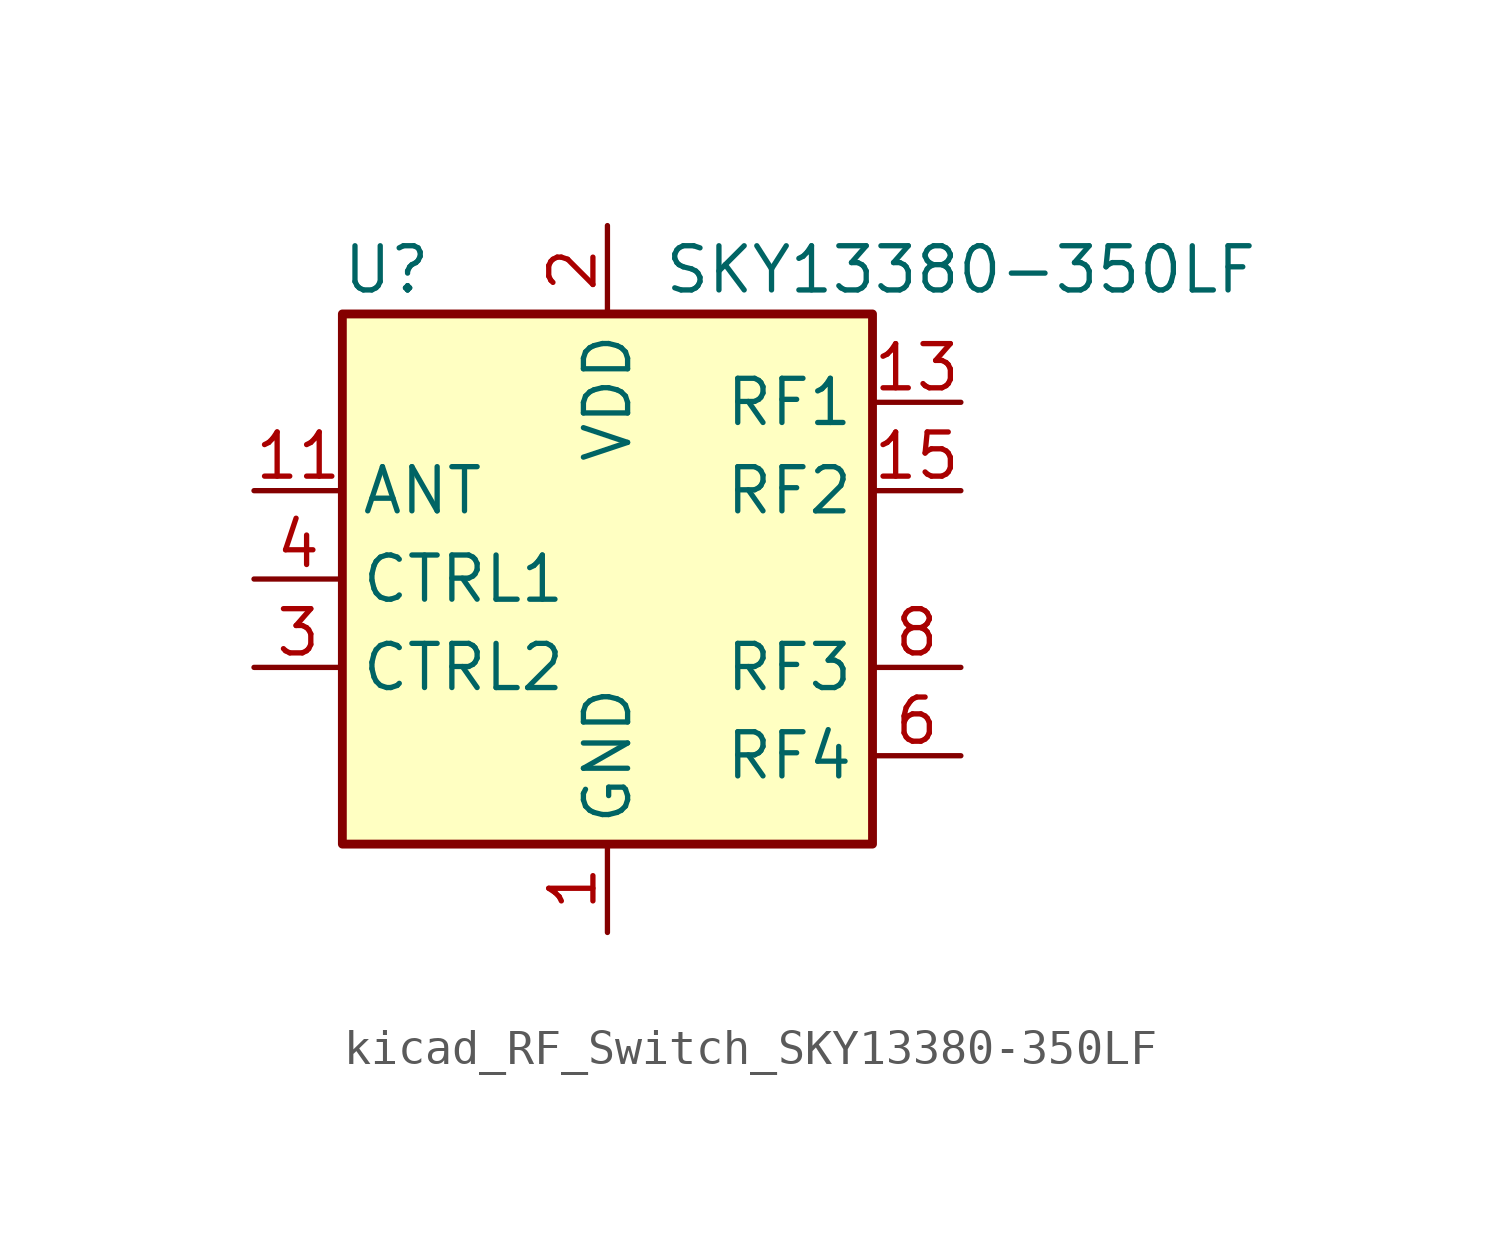
<source format=kicad_sym>
(kicad_symbol_lib
  (version 20220914)
  (generator kicad_symbol_editor)
  (symbol "kicad_RF_Switch_SKY13380-350LF"
    (property "Reference" "U"
      (at -6.35 8.89 0)
      (effects (font (size 1.27 1.27))))
    (property "Value" "SKY13380-350LF"
      (at 10.16 8.89 0)
      (effects (font (size 1.27 1.27))))
    (symbol "kicad_RF_Switch_SKY13380-350LF_0_1"
      (rectangle (start -7.62 7.62) (end 7.62 -7.62) (stroke (width 0.254) (type default)) (fill (type background))))
    (symbol "kicad_RF_Switch_SKY13380-350LF_1_1"
      (pin power_in line (at 0 -10.16 90) (length 2.54) (name "GND" (effects (font (size 1.27 1.27)))) (number "1" (effects (font (size 1.27 1.27)))))
      (pin passive line (at 0 -10.16 90) (length 2.54) hide (name "GND" (effects (font (size 1.27 1.27)))) (number "10" (effects (font (size 1.27 1.27)))))
      (pin passive line (at -10.16 2.54 0) (length 2.54) (name "ANT" (effects (font (size 1.27 1.27)))) (number "11" (effects (font (size 1.27 1.27)))))
      (pin passive line (at 0 -10.16 90) (length 2.54) hide (name "GND" (effects (font (size 1.27 1.27)))) (number "12" (effects (font (size 1.27 1.27)))))
      (pin passive line (at 10.16 5.08 180) (length 2.54) (name "RF1" (effects (font (size 1.27 1.27)))) (number "13" (effects (font (size 1.27 1.27)))))
      (pin passive line (at 0 -10.16 90) (length 2.54) hide (name "GND" (effects (font (size 1.27 1.27)))) (number "14" (effects (font (size 1.27 1.27)))))
      (pin passive line (at 10.16 2.54 180) (length 2.54) (name "RF2" (effects (font (size 1.27 1.27)))) (number "15" (effects (font (size 1.27 1.27)))))
      (pin no_connect line (at 7.62 0 180) (length 2.54) hide (name "NC" (effects (font (size 1.27 1.27)))) (number "16" (effects (font (size 1.27 1.27)))))
      (pin power_in line (at 0 10.16 270) (length 2.54) (name "VDD" (effects (font (size 1.27 1.27)))) (number "2" (effects (font (size 1.27 1.27)))))
      (pin input line (at -10.16 -2.54 0) (length 2.54) (name "CTRL2" (effects (font (size 1.27 1.27)))) (number "3" (effects (font (size 1.27 1.27)))))
      (pin input line (at -10.16 0 0) (length 2.54) (name "CTRL1" (effects (font (size 1.27 1.27)))) (number "4" (effects (font (size 1.27 1.27)))))
      (pin passive line (at 0 -10.16 90) (length 2.54) hide (name "GND" (effects (font (size 1.27 1.27)))) (number "5" (effects (font (size 1.27 1.27)))))
      (pin passive line (at 10.16 -5.08 180) (length 2.54) (name "RF4" (effects (font (size 1.27 1.27)))) (number "6" (effects (font (size 1.27 1.27)))))
      (pin passive line (at 0 -10.16 90) (length 2.54) hide (name "GND" (effects (font (size 1.27 1.27)))) (number "7" (effects (font (size 1.27 1.27)))))
      (pin passive line (at 10.16 -2.54 180) (length 2.54) (name "RF3" (effects (font (size 1.27 1.27)))) (number "8" (effects (font (size 1.27 1.27)))))
      (pin passive line (at 0 -10.16 90) (length 2.54) hide (name "GND" (effects (font (size 1.27 1.27)))) (number "9" (effects (font (size 1.27 1.27))))))))
</source>
